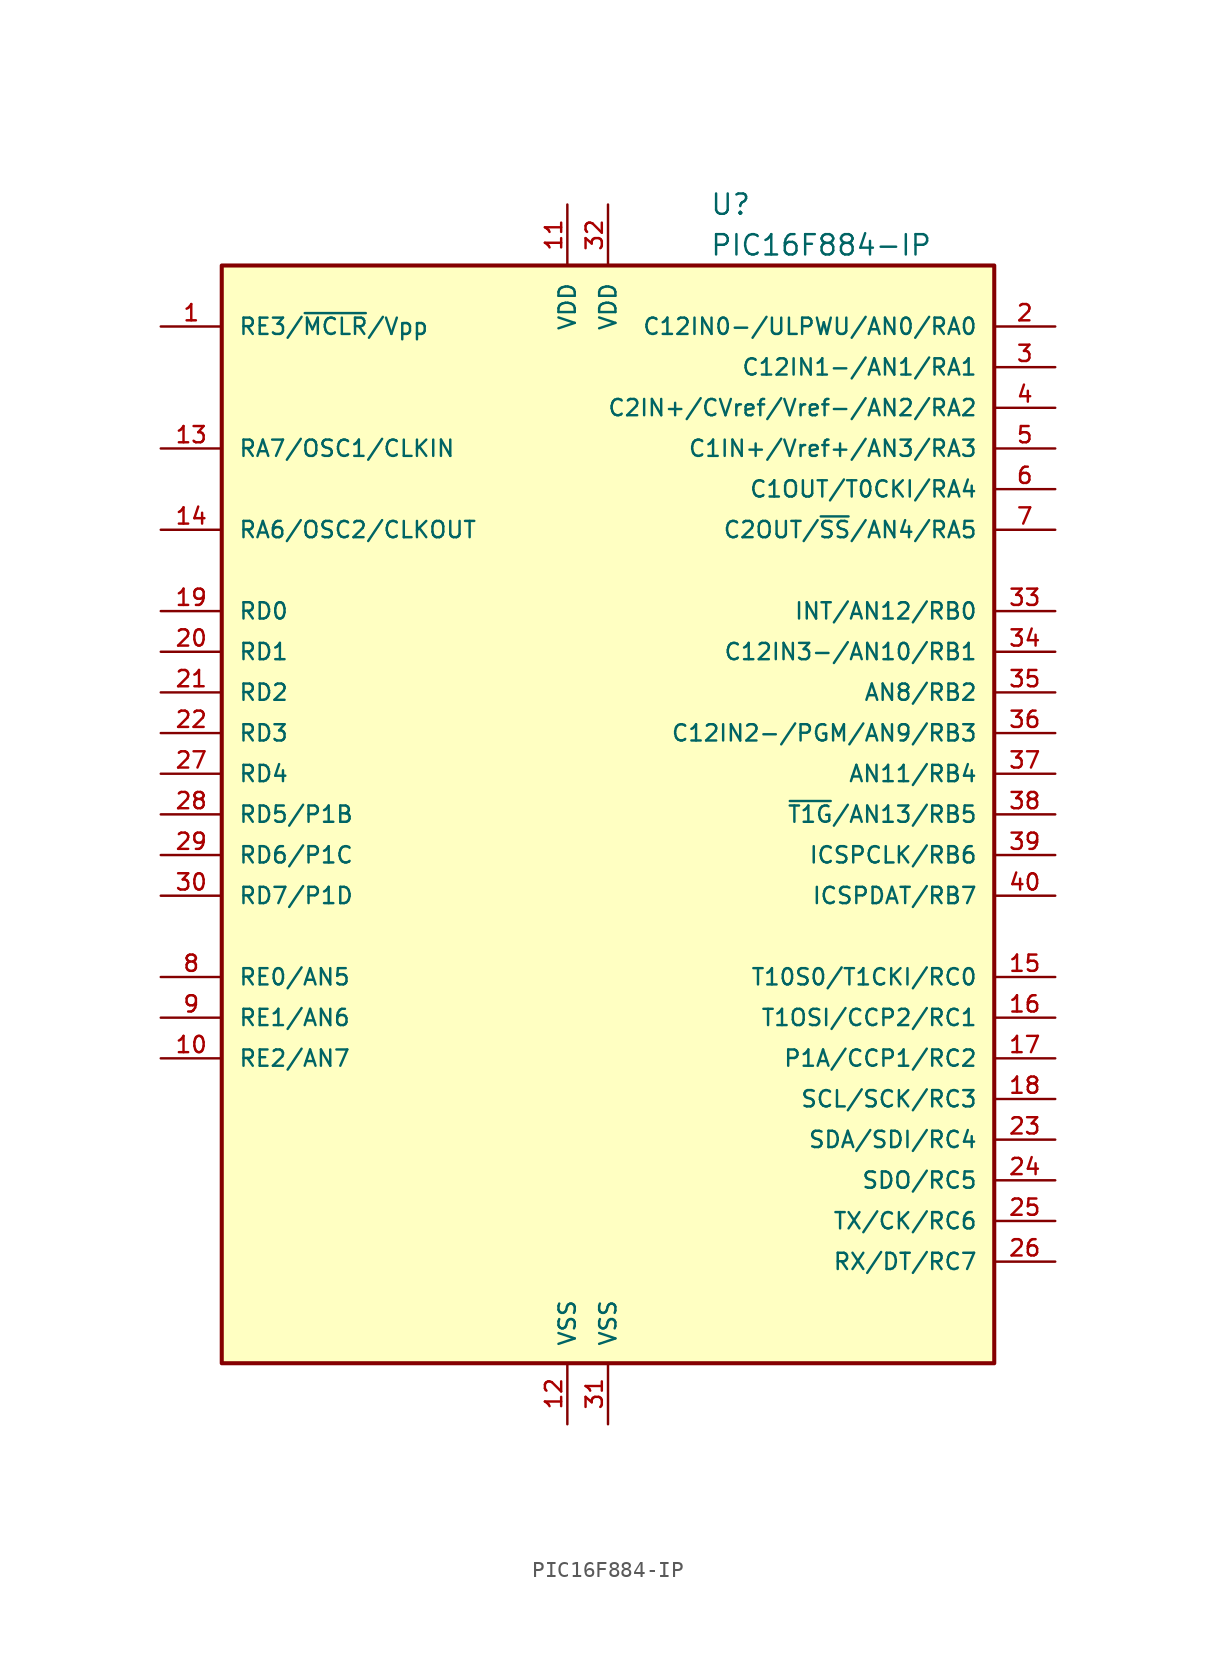
<source format=kicad_sym>
(kicad_symbol_lib
  (version 20200908)
  (generator kicad_symbol_editor)
  (symbol "MCU_Microchip_PIC16:PIC16F884-IP"
    (pin_names
      (offset 1.016))
    (property "Reference" "U"
      (at 6.35 38.1 0)
      (effects (font (size 1.27 1.27)) (justify left)))
    (property "Value" "PIC16F884-IP"
      (at 6.35 35.56 0)
      (effects (font (size 1.27 1.27)) (justify left)))
    (symbol "PIC16F884-IP_0_1"
      (rectangle (start -24.13 -34.29) (end 24.13 34.29) (stroke (width 0.254)) (fill (type background))))
    (symbol "PIC16F884-IP_1_1"
      (pin input line (at -27.94 30.48 0) (length 3.81) (name "RE3/~MCLR~/Vpp" (effects (font (size 1.016 1.016)))) (number "1" (effects (font (size 1.016 1.016)))))
      (pin bidirectional line (at -27.94 -15.24 0) (length 3.81) (name "RE2/AN7" (effects (font (size 1.016 1.016)))) (number "10" (effects (font (size 1.016 1.016)))))
      (pin power_in line (at -2.54 38.1 270) (length 3.81) (name "VDD" (effects (font (size 1.016 1.016)))) (number "11" (effects (font (size 1.016 1.016)))))
      (pin power_in line (at -2.54 -38.1 90) (length 3.81) (name "VSS" (effects (font (size 1.016 1.016)))) (number "12" (effects (font (size 1.016 1.016)))))
      (pin bidirectional line (at -27.94 22.86 0) (length 3.81) (name "RA7/OSC1/CLKIN" (effects (font (size 1.016 1.016)))) (number "13" (effects (font (size 1.016 1.016)))))
      (pin bidirectional line (at -27.94 17.78 0) (length 3.81) (name "RA6/OSC2/CLKOUT" (effects (font (size 1.016 1.016)))) (number "14" (effects (font (size 1.016 1.016)))))
      (pin bidirectional line (at 27.94 -10.16 180) (length 3.81) (name "T10S0/T1CKI/RC0" (effects (font (size 1.016 1.016)))) (number "15" (effects (font (size 1.016 1.016)))))
      (pin bidirectional line (at 27.94 -12.7 180) (length 3.81) (name "T1OSI/CCP2/RC1" (effects (font (size 1.016 1.016)))) (number "16" (effects (font (size 1.016 1.016)))))
      (pin bidirectional line (at 27.94 -15.24 180) (length 3.81) (name "P1A/CCP1/RC2" (effects (font (size 1.016 1.016)))) (number "17" (effects (font (size 1.016 1.016)))))
      (pin bidirectional line (at 27.94 -17.78 180) (length 3.81) (name "SCL/SCK/RC3" (effects (font (size 1.016 1.016)))) (number "18" (effects (font (size 1.016 1.016)))))
      (pin bidirectional line (at -27.94 12.7 0) (length 3.81) (name "RD0" (effects (font (size 1.016 1.016)))) (number "19" (effects (font (size 1.016 1.016)))))
      (pin bidirectional line (at 27.94 30.48 180) (length 3.81) (name "C12IN0-/ULPWU/AN0/RA0" (effects (font (size 1.016 1.016)))) (number "2" (effects (font (size 1.016 1.016)))))
      (pin bidirectional line (at -27.94 10.16 0) (length 3.81) (name "RD1" (effects (font (size 1.016 1.016)))) (number "20" (effects (font (size 1.016 1.016)))))
      (pin bidirectional line (at -27.94 7.62 0) (length 3.81) (name "RD2" (effects (font (size 1.016 1.016)))) (number "21" (effects (font (size 1.016 1.016)))))
      (pin bidirectional line (at -27.94 5.08 0) (length 3.81) (name "RD3" (effects (font (size 1.016 1.016)))) (number "22" (effects (font (size 1.016 1.016)))))
      (pin bidirectional line (at 27.94 -20.32 180) (length 3.81) (name "SDA/SDI/RC4" (effects (font (size 1.016 1.016)))) (number "23" (effects (font (size 1.016 1.016)))))
      (pin bidirectional line (at 27.94 -22.86 180) (length 3.81) (name "SDO/RC5" (effects (font (size 1.016 1.016)))) (number "24" (effects (font (size 1.016 1.016)))))
      (pin bidirectional line (at 27.94 -25.4 180) (length 3.81) (name "TX/CK/RC6" (effects (font (size 1.016 1.016)))) (number "25" (effects (font (size 1.016 1.016)))))
      (pin bidirectional line (at 27.94 -27.94 180) (length 3.81) (name "RX/DT/RC7" (effects (font (size 1.016 1.016)))) (number "26" (effects (font (size 1.016 1.016)))))
      (pin bidirectional line (at -27.94 2.54 0) (length 3.81) (name "RD4" (effects (font (size 1.016 1.016)))) (number "27" (effects (font (size 1.016 1.016)))))
      (pin bidirectional line (at -27.94 0 0) (length 3.81) (name "RD5/P1B" (effects (font (size 1.016 1.016)))) (number "28" (effects (font (size 1.016 1.016)))))
      (pin bidirectional line (at -27.94 -2.54 0) (length 3.81) (name "RD6/P1C" (effects (font (size 1.016 1.016)))) (number "29" (effects (font (size 1.016 1.016)))))
      (pin bidirectional line (at 27.94 27.94 180) (length 3.81) (name "C12IN1-/AN1/RA1" (effects (font (size 1.016 1.016)))) (number "3" (effects (font (size 1.016 1.016)))))
      (pin bidirectional line (at -27.94 -5.08 0) (length 3.81) (name "RD7/P1D" (effects (font (size 1.016 1.016)))) (number "30" (effects (font (size 1.016 1.016)))))
      (pin power_in line (at 0 -38.1 90) (length 3.81) (name "VSS" (effects (font (size 1.016 1.016)))) (number "31" (effects (font (size 1.016 1.016)))))
      (pin power_in line (at 0 38.1 270) (length 3.81) (name "VDD" (effects (font (size 1.016 1.016)))) (number "32" (effects (font (size 1.016 1.016)))))
      (pin bidirectional line (at 27.94 12.7 180) (length 3.81) (name "INT/AN12/RB0" (effects (font (size 1.016 1.016)))) (number "33" (effects (font (size 1.016 1.016)))))
      (pin bidirectional line (at 27.94 10.16 180) (length 3.81) (name "C12IN3-/AN10/RB1" (effects (font (size 1.016 1.016)))) (number "34" (effects (font (size 1.016 1.016)))))
      (pin bidirectional line (at 27.94 7.62 180) (length 3.81) (name "AN8/RB2" (effects (font (size 1.016 1.016)))) (number "35" (effects (font (size 1.016 1.016)))))
      (pin bidirectional line (at 27.94 5.08 180) (length 3.81) (name "C12IN2-/PGM/AN9/RB3" (effects (font (size 1.016 1.016)))) (number "36" (effects (font (size 1.016 1.016)))))
      (pin bidirectional line (at 27.94 2.54 180) (length 3.81) (name "AN11/RB4" (effects (font (size 1.016 1.016)))) (number "37" (effects (font (size 1.016 1.016)))))
      (pin bidirectional line (at 27.94 0 180) (length 3.81) (name "~T1G~/AN13/RB5" (effects (font (size 1.016 1.016)))) (number "38" (effects (font (size 1.016 1.016)))))
      (pin bidirectional line (at 27.94 -2.54 180) (length 3.81) (name "ICSPCLK/RB6" (effects (font (size 1.016 1.016)))) (number "39" (effects (font (size 1.016 1.016)))))
      (pin bidirectional line (at 27.94 25.4 180) (length 3.81) (name "C2IN+/CVref/Vref-/AN2/RA2" (effects (font (size 1.016 1.016)))) (number "4" (effects (font (size 1.016 1.016)))))
      (pin bidirectional line (at 27.94 -5.08 180) (length 3.81) (name "ICSPDAT/RB7" (effects (font (size 1.016 1.016)))) (number "40" (effects (font (size 1.016 1.016)))))
      (pin bidirectional line (at 27.94 22.86 180) (length 3.81) (name "C1IN+/Vref+/AN3/RA3" (effects (font (size 1.016 1.016)))) (number "5" (effects (font (size 1.016 1.016)))))
      (pin bidirectional line (at 27.94 20.32 180) (length 3.81) (name "C1OUT/T0CKI/RA4" (effects (font (size 1.016 1.016)))) (number "6" (effects (font (size 1.016 1.016)))))
      (pin bidirectional line (at 27.94 17.78 180) (length 3.81) (name "C2OUT/~SS~/AN4/RA5" (effects (font (size 1.016 1.016)))) (number "7" (effects (font (size 1.016 1.016)))))
      (pin bidirectional line (at -27.94 -10.16 0) (length 3.81) (name "RE0/AN5" (effects (font (size 1.016 1.016)))) (number "8" (effects (font (size 1.016 1.016)))))
      (pin bidirectional line (at -27.94 -12.7 0) (length 3.81) (name "RE1/AN6" (effects (font (size 1.016 1.016)))) (number "9" (effects (font (size 1.016 1.016))))))))
</source>
